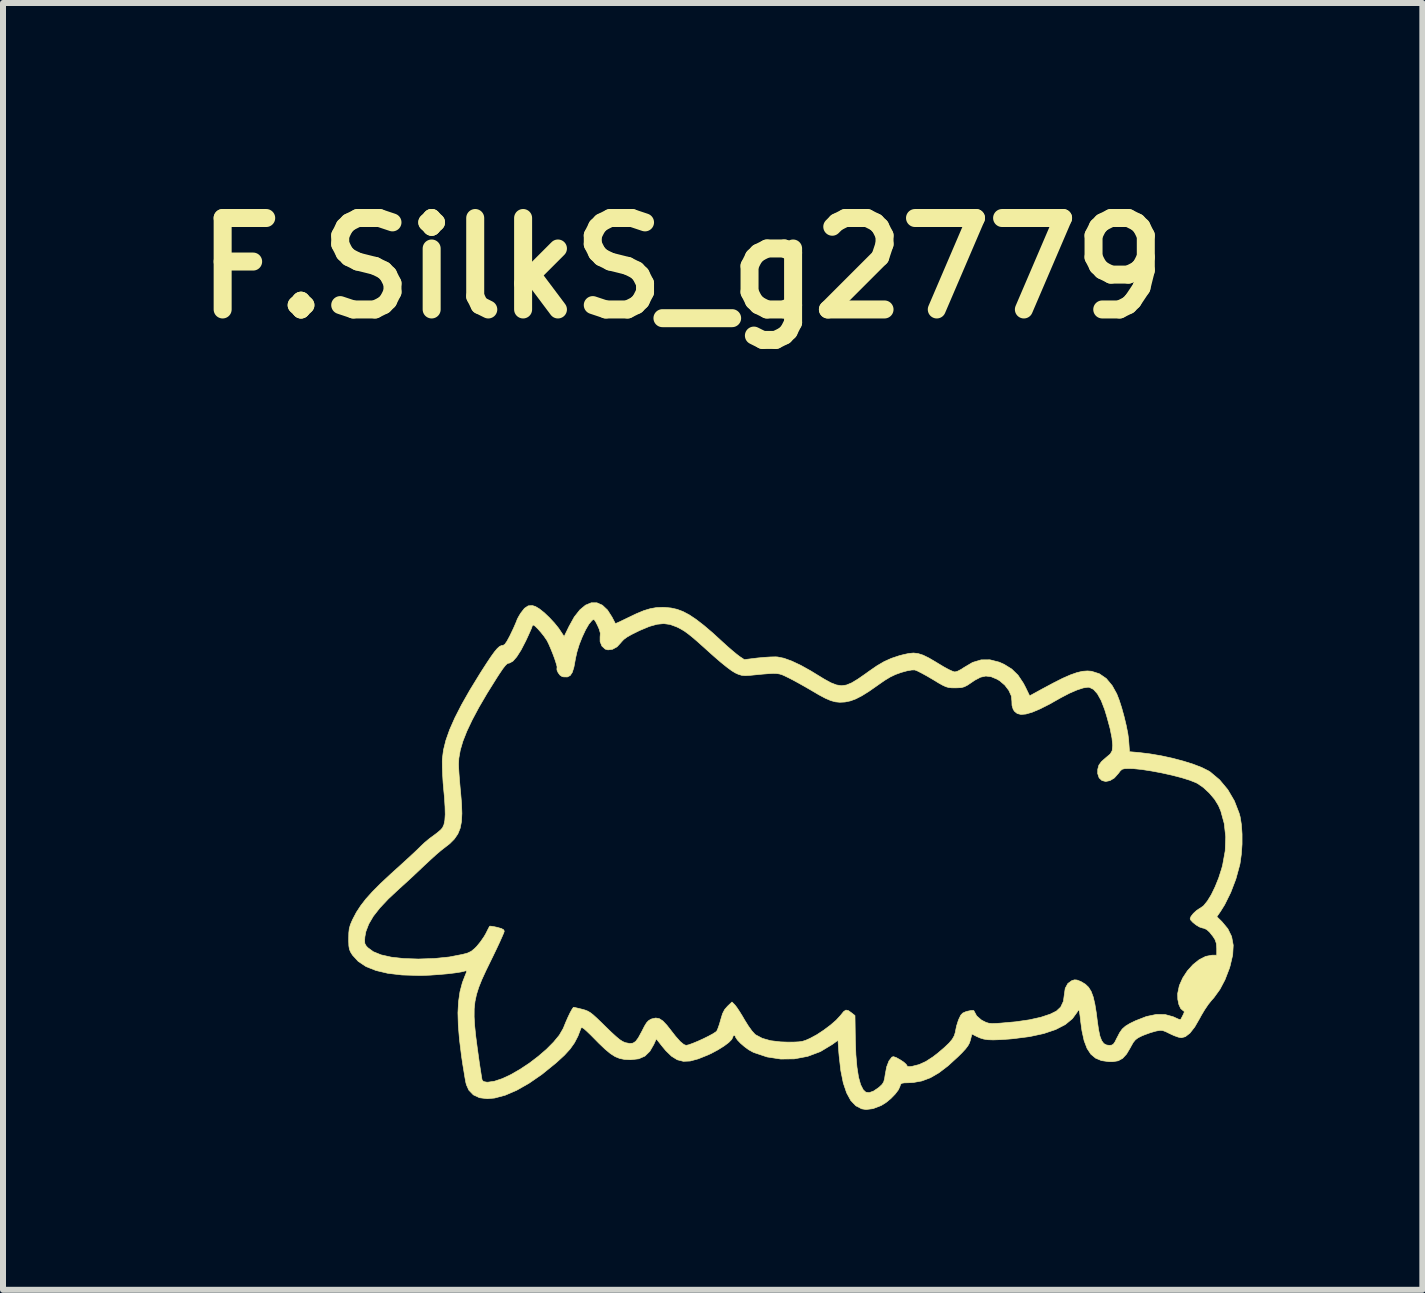
<source format=kicad_pcb>
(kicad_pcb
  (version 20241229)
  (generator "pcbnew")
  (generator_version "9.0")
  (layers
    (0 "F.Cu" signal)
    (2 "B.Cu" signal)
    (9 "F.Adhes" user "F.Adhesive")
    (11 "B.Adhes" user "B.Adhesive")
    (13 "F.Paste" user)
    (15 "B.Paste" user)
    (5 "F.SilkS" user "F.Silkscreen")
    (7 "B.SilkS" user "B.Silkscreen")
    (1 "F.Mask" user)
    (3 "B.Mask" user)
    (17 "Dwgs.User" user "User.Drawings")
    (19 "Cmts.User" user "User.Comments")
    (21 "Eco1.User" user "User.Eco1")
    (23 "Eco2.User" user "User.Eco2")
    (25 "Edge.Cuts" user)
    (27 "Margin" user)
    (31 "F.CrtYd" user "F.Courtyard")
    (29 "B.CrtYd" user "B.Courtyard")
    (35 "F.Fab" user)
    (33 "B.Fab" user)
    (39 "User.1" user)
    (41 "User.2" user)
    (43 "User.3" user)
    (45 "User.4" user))
  (footprint "F.SilkS_g2779"
    (layer "F.Cu")
    (at 8.317 1.418)
    (property "Reference" "F.SilkS_g2779" (at 0 0 0) (layer "F.SilkS") (effects (font (size 1.524 1.524) (thickness 0.3))))
    (attr through_hole)
    (fp_poly (pts (xy -1.419 5.578) (xy -1.328 5.618) (xy -1.243 5.698) (xy -1.165 5.82) (xy -1.161 5.829) (xy -1.133 5.882) (xy -1.115 5.917) (xy -1.111 5.923) (xy -1.091 5.917) (xy -1.041 5.895) (xy -0.971 5.861) (xy -0.915 5.834) (xy -0.763 5.761) (xy -0.638 5.709) (xy -0.529 5.676) (xy -0.427 5.658) (xy -0.324 5.654) (xy -0.285 5.655) (xy -0.182 5.665) (xy -0.083 5.687) (xy 0.016 5.724) (xy 0.12 5.779) (xy 0.234 5.855) (xy 0.362 5.954) (xy 0.509 6.079) (xy 0.677 6.233) (xy 0.761 6.309) (xy 0.842 6.379) (xy 0.911 6.436) (xy 0.958 6.472) (xy 0.958 6.472) (xy 1.038 6.525) (xy 1.257 6.498) (xy 1.365 6.488) (xy 1.47 6.481) (xy 1.559 6.479) (xy 1.593 6.481) (xy 1.697 6.502) (xy 1.827 6.549) (xy 1.978 6.62) (xy 2.145 6.713) (xy 2.233 6.767) (xy 2.369 6.85) (xy 2.48 6.911) (xy 2.573 6.947) (xy 2.656 6.96) (xy 2.738 6.949) (xy 2.826 6.913) (xy 2.929 6.851) (xy 3.053 6.765) (xy 3.111 6.723) (xy 3.247 6.629) (xy 3.368 6.558) (xy 3.488 6.504) (xy 3.62 6.46) (xy 3.682 6.444) (xy 3.776 6.423) (xy 3.857 6.415) (xy 3.934 6.424) (xy 4.016 6.45) (xy 4.112 6.497) (xy 4.23 6.566) (xy 4.274 6.593) (xy 4.364 6.647) (xy 4.445 6.691) (xy 4.509 6.72) (xy 4.546 6.731) (xy 4.591 6.719) (xy 4.653 6.687) (xy 4.7 6.656) (xy 4.842 6.572) (xy 4.985 6.529) (xy 5.131 6.528) (xy 5.285 6.567) (xy 5.368 6.604) (xy 5.494 6.682) (xy 5.599 6.784) (xy 5.689 6.919) (xy 5.725 6.988) (xy 5.793 7.129) (xy 6.003 7.014) (xy 6.188 6.915) (xy 6.342 6.837) (xy 6.472 6.78) (xy 6.58 6.742) (xy 6.673 6.72) (xy 6.755 6.714) (xy 6.824 6.719) (xy 6.955 6.761) (xy 7.07 6.84) (xy 7.169 6.959) (xy 7.245 7.096) (xy 7.285 7.199) (xy 7.327 7.329) (xy 7.367 7.474) (xy 7.402 7.62) (xy 7.429 7.755) (xy 7.444 7.865) (xy 7.444 7.877) (xy 7.457 8.06) (xy 7.618 8.074) (xy 7.798 8.096) (xy 7.986 8.128) (xy 8.175 8.169) (xy 8.356 8.217) (xy 8.521 8.269) (xy 8.663 8.324) (xy 8.773 8.379) (xy 8.802 8.397) (xy 8.959 8.529) (xy 9.095 8.692) (xy 9.205 8.88) (xy 9.284 9.084) (xy 9.301 9.145) (xy 9.322 9.275) (xy 9.333 9.432) (xy 9.333 9.601) (xy 9.321 9.768) (xy 9.3 9.92) (xy 9.294 9.948) (xy 9.23 10.182) (xy 9.144 10.407) (xy 9.043 10.611) (xy 8.973 10.723) (xy 8.913 10.81) (xy 8.997 10.892) (xy 9.096 11.011) (xy 9.159 11.14) (xy 9.186 11.285) (xy 9.177 11.447) (xy 9.134 11.63) (xy 9.122 11.67) (xy 9.048 11.862) (xy 8.964 12.021) (xy 8.865 12.158) (xy 8.825 12.203) (xy 8.771 12.27) (xy 8.71 12.36) (xy 8.651 12.459) (xy 8.627 12.504) (xy 8.544 12.648) (xy 8.464 12.75) (xy 8.388 12.809) (xy 8.321 12.827) (xy 8.271 12.817) (xy 8.201 12.792) (xy 8.131 12.76) (xy 8.06 12.725) (xy 8.01 12.707) (xy 7.967 12.704) (xy 7.913 12.713) (xy 7.891 12.718) (xy 7.807 12.742) (xy 7.713 12.776) (xy 7.664 12.796) (xy 7.6 12.828) (xy 7.556 12.861) (xy 7.519 12.906) (xy 7.479 12.977) (xy 7.472 12.991) (xy 7.408 13.099) (xy 7.343 13.17) (xy 7.269 13.211) (xy 7.178 13.226) (xy 7.11 13.225) (xy 6.99 13.208) (xy 6.892 13.167) (xy 6.813 13.101) (xy 6.75 13.005) (xy 6.701 12.876) (xy 6.665 12.712) (xy 6.644 12.559) (xy 6.633 12.461) (xy 6.624 12.399) (xy 6.616 12.369) (xy 6.607 12.365) (xy 6.595 12.381) (xy 6.588 12.396) (xy 6.506 12.509) (xy 6.386 12.608) (xy 6.227 12.69) (xy 6.028 12.757) (xy 5.792 12.808) (xy 5.517 12.843) (xy 5.45 12.849) (xy 5.302 12.859) (xy 5.187 12.863) (xy 5.098 12.86) (xy 5.027 12.849) (xy 4.965 12.83) (xy 4.909 12.805) (xy 4.831 12.765) (xy 4.806 12.865) (xy 4.79 12.914) (xy 4.765 12.96) (xy 4.725 13.013) (xy 4.664 13.079) (xy 4.597 13.145) (xy 4.433 13.295) (xy 4.281 13.411) (xy 4.138 13.494) (xy 3.997 13.547) (xy 3.853 13.573) (xy 3.775 13.577) (xy 3.703 13.579) (xy 3.662 13.586) (xy 3.643 13.602) (xy 3.633 13.632) (xy 3.632 13.637) (xy 3.605 13.696) (xy 3.551 13.767) (xy 3.48 13.84) (xy 3.4 13.906) (xy 3.32 13.956) (xy 3.315 13.958) (xy 3.182 14.009) (xy 3.067 14.023) (xy 2.994 14.012) (xy 2.896 13.961) (xy 2.812 13.873) (xy 2.743 13.746) (xy 2.687 13.58) (xy 2.646 13.376) (xy 2.618 13.131) (xy 2.613 13.075) (xy 2.599 12.869) (xy 2.501 12.94) (xy 2.305 13.058) (xy 2.094 13.137) (xy 1.872 13.179) (xy 1.645 13.182) (xy 1.417 13.147) (xy 1.193 13.072) (xy 1.179 13.065) (xy 1.112 13.028) (xy 1.041 12.976) (xy 0.975 12.919) (xy 0.922 12.863) (xy 0.892 12.818) (xy 0.889 12.803) (xy 0.873 12.785) (xy 0.868 12.785) (xy 0.849 12.802) (xy 0.847 12.815) (xy 0.828 12.855) (xy 0.777 12.907) (xy 0.698 12.966) (xy 0.599 13.028) (xy 0.485 13.089) (xy 0.428 13.115) (xy 0.269 13.179) (xy 0.136 13.215) (xy 0.022 13.22) (xy -0.08 13.194) (xy -0.175 13.135) (xy -0.27 13.043) (xy -0.329 12.972) (xy -0.429 12.845) (xy -0.47 12.937) (xy -0.537 13.053) (xy -0.619 13.133) (xy -0.722 13.178) (xy -0.852 13.193) (xy -0.868 13.193) (xy -0.96 13.188) (xy -1.04 13.172) (xy -1.116 13.141) (xy -1.194 13.091) (xy -1.282 13.018) (xy -1.387 12.918) (xy -1.437 12.867) (xy -1.526 12.777) (xy -1.591 12.715) (xy -1.635 12.676) (xy -1.663 12.659) (xy -1.678 12.66) (xy -1.685 12.67) (xy -1.735 12.8) (xy -1.793 12.912) (xy -1.866 13.015) (xy -1.96 13.118) (xy -2.083 13.231) (xy -2.107 13.252) (xy -2.334 13.436) (xy -2.551 13.586) (xy -2.757 13.703) (xy -2.948 13.785) (xy -3.124 13.832) (xy -3.245 13.843) (xy -3.375 13.827) (xy -3.478 13.779) (xy -3.554 13.7) (xy -3.594 13.61) (xy -3.605 13.566) (xy -3.619 13.488) (xy -3.636 13.384) (xy -3.656 13.263) (xy -3.675 13.134) (xy -3.709 12.86) (xy -3.729 12.62) (xy -3.735 12.411) (xy -3.725 12.226) (xy -3.701 12.06) (xy -3.661 11.909) (xy -3.619 11.8) (xy -3.596 11.743) (xy -3.59 11.716) (xy -3.6 11.71) (xy -3.615 11.714) (xy -3.686 11.731) (xy -3.79 11.747) (xy -3.917 11.762) (xy -4.057 11.774) (xy -4.2 11.784) (xy -4.336 11.789) (xy -4.395 11.789) (xy -4.667 11.781) (xy -4.903 11.753) (xy -5.102 11.706) (xy -5.266 11.641) (xy -5.396 11.555) (xy -5.493 11.449) (xy -5.496 11.444) (xy -5.526 11.396) (xy -5.544 11.351) (xy -5.553 11.296) (xy -5.556 11.217) (xy -5.556 11.216) (xy -5.291 11.216) (xy -5.285 11.261) (xy -5.263 11.298) (xy -5.238 11.325) (xy -5.146 11.393) (xy -5.015 11.446) (xy -4.845 11.484) (xy -4.638 11.507) (xy -4.395 11.515) (xy -4.124 11.506) (xy -3.879 11.481) (xy -3.658 11.438) (xy -3.573 11.415) (xy -3.513 11.386) (xy -3.459 11.342) (xy -3.421 11.304) (xy -3.359 11.228) (xy -3.299 11.141) (xy -3.269 11.089) (xy -3.238 11.027) (xy -3.215 10.983) (xy -3.206 10.968) (xy -3.184 10.968) (xy -3.132 10.976) (xy -3.081 10.987) (xy -3.01 11.007) (xy -2.973 11.028) (xy -2.963 11.051) (xy -2.972 11.08) (xy -2.998 11.14) (xy -3.037 11.228) (xy -3.087 11.335) (xy -3.146 11.458) (xy -3.186 11.54) (xy -3.269 11.71) (xy -3.336 11.856) (xy -3.388 11.986) (xy -3.426 12.106) (xy -3.451 12.224) (xy -3.464 12.345) (xy -3.465 12.478) (xy -3.456 12.628) (xy -3.438 12.803) (xy -3.411 13.009) (xy -3.395 13.123) (xy -3.378 13.246) (xy -3.361 13.356) (xy -3.347 13.445) (xy -3.337 13.507) (xy -3.332 13.531) (xy -3.309 13.557) (xy -3.257 13.567) (xy -3.238 13.568) (xy -3.127 13.552) (xy -2.995 13.508) (xy -2.85 13.44) (xy -2.698 13.352) (xy -2.544 13.25) (xy -2.396 13.137) (xy -2.259 13.019) (xy -2.141 12.9) (xy -2.046 12.785) (xy -1.983 12.677) (xy -1.972 12.652) (xy -1.938 12.568) (xy -1.901 12.484) (xy -1.865 12.409) (xy -1.833 12.352) (xy -1.812 12.322) (xy -1.807 12.319) (xy -1.782 12.324) (xy -1.727 12.337) (xy -1.665 12.352) (xy -1.615 12.366) (xy -1.573 12.383) (xy -1.531 12.407) (xy -1.483 12.444) (xy -1.423 12.498) (xy -1.344 12.574) (xy -1.281 12.636) (xy -1.179 12.735) (xy -1.1 12.807) (xy -1.04 12.857) (xy -0.991 12.889) (xy -0.95 12.907) (xy -0.939 12.91) (xy -0.871 12.923) (xy -0.818 12.917) (xy -0.773 12.888) (xy -0.729 12.829) (xy -0.679 12.737) (xy -0.67 12.721) (xy -0.626 12.634) (xy -0.591 12.577) (xy -0.558 12.542) (xy -0.522 12.52) (xy -0.505 12.513) (xy -0.439 12.498) (xy -0.38 12.508) (xy -0.32 12.547) (xy -0.253 12.618) (xy -0.205 12.679) (xy -0.108 12.803) (xy -0.03 12.891) (xy 0.03 12.94) (xy 0.067 12.954) (xy 0.11 12.945) (xy 0.179 12.92) (xy 0.264 12.885) (xy 0.354 12.844) (xy 0.441 12.801) (xy 0.515 12.761) (xy 0.565 12.728) (xy 0.58 12.713) (xy 0.599 12.67) (xy 0.623 12.601) (xy 0.646 12.521) (xy 0.646 12.52) (xy 0.675 12.425) (xy 0.71 12.357) (xy 0.758 12.302) (xy 0.832 12.231) (xy 0.88 12.28) (xy 0.911 12.319) (xy 0.955 12.385) (xy 1.006 12.467) (xy 1.043 12.531) (xy 1.106 12.632) (xy 1.165 12.714) (xy 1.214 12.768) (xy 1.226 12.778) (xy 1.338 12.837) (xy 1.475 12.876) (xy 1.643 12.896) (xy 1.767 12.9) (xy 1.873 12.899) (xy 1.949 12.895) (xy 2.008 12.886) (xy 2.062 12.869) (xy 2.123 12.842) (xy 2.138 12.835) (xy 2.247 12.776) (xy 2.362 12.7) (xy 2.473 12.617) (xy 2.569 12.534) (xy 2.638 12.459) (xy 2.647 12.448) (xy 2.694 12.39) (xy 2.732 12.366) (xy 2.773 12.375) (xy 2.822 12.41) (xy 2.882 12.457) (xy 2.888 12.859) (xy 2.897 13.108) (xy 2.915 13.316) (xy 2.941 13.483) (xy 2.976 13.609) (xy 3.02 13.695) (xy 3.062 13.734) (xy 3.119 13.742) (xy 3.192 13.716) (xy 3.277 13.658) (xy 3.291 13.646) (xy 3.335 13.604) (xy 3.361 13.562) (xy 3.376 13.506) (xy 3.386 13.439) (xy 3.41 13.313) (xy 3.448 13.214) (xy 3.496 13.151) (xy 3.496 13.15) (xy 3.523 13.142) (xy 3.567 13.156) (xy 3.635 13.194) (xy 3.694 13.233) (xy 3.734 13.269) (xy 3.747 13.289) (xy 3.757 13.306) (xy 3.795 13.308) (xy 3.836 13.303) (xy 3.951 13.274) (xy 4.063 13.223) (xy 4.183 13.145) (xy 4.262 13.084) (xy 4.371 12.991) (xy 4.45 12.916) (xy 4.503 12.853) (xy 4.537 12.793) (xy 4.555 12.733) (xy 4.558 12.713) (xy 4.575 12.631) (xy 4.603 12.542) (xy 4.615 12.513) (xy 4.645 12.451) (xy 4.678 12.416) (xy 4.727 12.394) (xy 4.758 12.385) (xy 4.816 12.373) (xy 4.855 12.372) (xy 4.863 12.376) (xy 4.91 12.463) (xy 4.987 12.53) (xy 5.016 12.546) (xy 5.066 12.571) (xy 5.112 12.585) (xy 5.166 12.59) (xy 5.241 12.588) (xy 5.302 12.584) (xy 5.562 12.561) (xy 5.789 12.528) (xy 5.982 12.485) (xy 6.138 12.433) (xy 6.24 12.382) (xy 6.311 12.315) (xy 6.356 12.219) (xy 6.371 12.107) (xy 6.386 12.003) (xy 6.43 11.923) (xy 6.496 11.875) (xy 6.541 11.862) (xy 6.582 11.865) (xy 6.639 11.887) (xy 6.656 11.895) (xy 6.722 11.935) (xy 6.775 11.986) (xy 6.818 12.055) (xy 6.852 12.146) (xy 6.88 12.266) (xy 6.905 12.419) (xy 6.92 12.541) (xy 6.941 12.689) (xy 6.964 12.799) (xy 6.993 12.875) (xy 7.029 12.924) (xy 7.075 12.948) (xy 7.122 12.954) (xy 7.16 12.95) (xy 7.188 12.934) (xy 7.215 12.896) (xy 7.249 12.827) (xy 7.25 12.827) (xy 7.293 12.743) (xy 7.336 12.682) (xy 7.39 12.634) (xy 7.464 12.589) (xy 7.557 12.544) (xy 7.739 12.473) (xy 7.902 12.439) (xy 8.05 12.44) (xy 8.185 12.477) (xy 8.22 12.493) (xy 8.271 12.516) (xy 8.303 12.527) (xy 8.307 12.527) (xy 8.32 12.505) (xy 8.343 12.461) (xy 8.347 12.453) (xy 8.368 12.408) (xy 8.367 12.385) (xy 8.349 12.374) (xy 8.31 12.339) (xy 8.28 12.273) (xy 8.262 12.187) (xy 8.26 12.093) (xy 8.261 12.085) (xy 8.288 11.957) (xy 8.344 11.831) (xy 8.422 11.712) (xy 8.516 11.608) (xy 8.619 11.526) (xy 8.727 11.471) (xy 8.832 11.451) (xy 8.911 11.451) (xy 8.911 11.338) (xy 8.905 11.256) (xy 8.883 11.192) (xy 8.851 11.142) (xy 8.792 11.067) (xy 8.743 11.023) (xy 8.695 11.002) (xy 8.67 10.997) (xy 8.623 10.981) (xy 8.567 10.947) (xy 8.514 10.905) (xy 8.477 10.865) (xy 8.468 10.844) (xy 8.482 10.806) (xy 8.521 10.756) (xy 8.573 10.708) (xy 8.626 10.672) (xy 8.635 10.668) (xy 8.693 10.626) (xy 8.756 10.548) (xy 8.821 10.442) (xy 8.884 10.312) (xy 8.943 10.166) (xy 8.993 10.01) (xy 9.009 9.951) (xy 9.052 9.714) (xy 9.061 9.48) (xy 9.036 9.256) (xy 8.979 9.049) (xy 8.94 8.957) (xy 8.876 8.853) (xy 8.788 8.749) (xy 8.689 8.657) (xy 8.59 8.589) (xy 8.567 8.577) (xy 8.461 8.535) (xy 8.323 8.492) (xy 8.164 8.451) (xy 7.993 8.413) (xy 7.822 8.381) (xy 7.661 8.356) (xy 7.521 8.342) (xy 7.448 8.34) (xy 7.379 8.342) (xy 7.336 8.352) (xy 7.305 8.378) (xy 7.274 8.419) (xy 7.205 8.497) (xy 7.131 8.542) (xy 7.06 8.556) (xy 6.998 8.54) (xy 6.951 8.496) (xy 6.927 8.425) (xy 6.928 8.353) (xy 6.947 8.284) (xy 6.988 8.227) (xy 7.021 8.197) (xy 7.076 8.149) (xy 7.124 8.109) (xy 7.138 8.096) (xy 7.168 8.044) (xy 7.177 7.955) (xy 7.165 7.831) (xy 7.133 7.671) (xy 7.08 7.477) (xy 7.043 7.356) (xy 6.986 7.208) (xy 6.923 7.095) (xy 6.857 7.021) (xy 6.788 6.987) (xy 6.765 6.985) (xy 6.686 6.997) (xy 6.582 7.031) (xy 6.459 7.084) (xy 6.328 7.152) (xy 6.306 7.164) (xy 6.12 7.269) (xy 5.963 7.348) (xy 5.835 7.402) (xy 5.731 7.432) (xy 5.649 7.439) (xy 5.587 7.424) (xy 5.54 7.386) (xy 5.518 7.351) (xy 5.499 7.288) (xy 5.497 7.218) (xy 5.497 7.218) (xy 5.488 7.131) (xy 5.446 7.038) (xy 5.379 6.95) (xy 5.293 6.877) (xy 5.249 6.851) (xy 5.151 6.81) (xy 5.063 6.799) (xy 4.975 6.818) (xy 4.876 6.87) (xy 4.828 6.903) (xy 4.757 6.951) (xy 4.704 6.978) (xy 4.652 6.992) (xy 4.586 6.995) (xy 4.552 6.996) (xy 4.492 6.995) (xy 4.444 6.99) (xy 4.398 6.977) (xy 4.345 6.953) (xy 4.275 6.914) (xy 4.18 6.856) (xy 4.173 6.852) (xy 4.079 6.797) (xy 3.993 6.75) (xy 3.924 6.715) (xy 3.881 6.698) (xy 3.879 6.697) (xy 3.828 6.698) (xy 3.749 6.712) (xy 3.655 6.738) (xy 3.649 6.74) (xy 3.557 6.773) (xy 3.469 6.815) (xy 3.375 6.872) (xy 3.262 6.951) (xy 3.258 6.954) (xy 3.115 7.054) (xy 2.996 7.128) (xy 2.895 7.18) (xy 2.805 7.213) (xy 2.719 7.231) (xy 2.707 7.232) (xy 2.629 7.236) (xy 2.556 7.229) (xy 2.479 7.208) (xy 2.39 7.17) (xy 2.283 7.113) (xy 2.169 7.046) (xy 2.059 6.982) (xy 1.947 6.919) (xy 1.844 6.863) (xy 1.764 6.822) (xy 1.761 6.821) (xy 1.708 6.795) (xy 1.664 6.776) (xy 1.623 6.764) (xy 1.577 6.757) (xy 1.519 6.755) (xy 1.444 6.759) (xy 1.342 6.767) (xy 1.209 6.78) (xy 1.138 6.787) (xy 1.055 6.792) (xy 0.994 6.787) (xy 0.936 6.769) (xy 0.884 6.745) (xy 0.827 6.71) (xy 0.746 6.65) (xy 0.648 6.571) (xy 0.54 6.478) (xy 0.486 6.43) (xy 0.356 6.313) (xy 0.252 6.22) (xy 0.169 6.149) (xy 0.1 6.094) (xy 0.042 6.052) (xy -0.011 6.02) (xy -0.063 5.992) (xy -0.096 5.977) (xy -0.2 5.939) (xy -0.305 5.925) (xy -0.417 5.936) (xy -0.545 5.972) (xy -0.696 6.035) (xy -0.732 6.052) (xy -0.841 6.106) (xy -0.918 6.15) (xy -0.971 6.189) (xy -1.009 6.229) (xy -1.02 6.243) (xy -1.084 6.312) (xy -1.159 6.353) (xy -1.234 6.363) (xy -1.281 6.35) (xy -1.336 6.299) (xy -1.366 6.224) (xy -1.366 6.141) (xy -1.365 6.139) (xy -1.362 6.084) (xy -1.38 6.019) (xy -1.408 5.956) (xy -1.44 5.893) (xy -1.462 5.862) (xy -1.48 5.857) (xy -1.502 5.873) (xy -1.503 5.874) (xy -1.554 5.936) (xy -1.609 6.031) (xy -1.663 6.146) (xy -1.713 6.272) (xy -1.752 6.399) (xy -1.778 6.516) (xy -1.779 6.525) (xy -1.802 6.65) (xy -1.829 6.737) (xy -1.864 6.79) (xy -1.911 6.814) (xy -1.972 6.813) (xy -1.998 6.808) (xy -2.033 6.785) (xy -2.065 6.743) (xy -2.085 6.698) (xy -2.085 6.665) (xy -2.083 6.662) (xy -2.084 6.637) (xy -2.099 6.584) (xy -2.123 6.51) (xy -2.154 6.427) (xy -2.188 6.343) (xy -2.221 6.267) (xy -2.249 6.21) (xy -2.257 6.198) (xy -2.3 6.135) (xy -2.352 6.07) (xy -2.404 6.011) (xy -2.449 5.967) (xy -2.477 5.948) (xy -2.479 5.948) (xy -2.497 5.964) (xy -2.498 5.968) (xy -2.506 5.995) (xy -2.53 6.05) (xy -2.565 6.128) (xy -2.604 6.212) (xy -2.683 6.365) (xy -2.755 6.478) (xy -2.818 6.55) (xy -2.874 6.582) (xy -2.886 6.583) (xy -2.912 6.592) (xy -2.944 6.622) (xy -2.988 6.678) (xy -3.046 6.764) (xy -3.083 6.821) (xy -3.248 7.085) (xy -3.386 7.321) (xy -3.498 7.531) (xy -3.586 7.717) (xy -3.652 7.884) (xy -3.696 8.033) (xy -3.72 8.169) (xy -3.725 8.265) (xy -3.723 8.332) (xy -3.717 8.43) (xy -3.708 8.547) (xy -3.697 8.673) (xy -3.692 8.721) (xy -3.675 8.922) (xy -3.669 9.087) (xy -3.676 9.224) (xy -3.698 9.336) (xy -3.737 9.431) (xy -3.794 9.514) (xy -3.871 9.592) (xy -3.969 9.668) (xy -4.024 9.711) (xy -4.1 9.776) (xy -4.187 9.855) (xy -4.277 9.939) (xy -4.297 9.957) (xy -4.399 10.054) (xy -4.512 10.16) (xy -4.622 10.261) (xy -4.715 10.345) (xy -4.894 10.512) (xy -5.037 10.664) (xy -5.146 10.803) (xy -5.222 10.933) (xy -5.269 11.056) (xy -5.286 11.146) (xy -5.291 11.216) (xy -5.556 11.216) (xy -5.556 11.176) (xy -5.554 11.079) (xy -5.546 11.007) (xy -5.527 10.941) (xy -5.494 10.864) (xy -5.486 10.848) (xy -5.428 10.737) (xy -5.356 10.627) (xy -5.269 10.514) (xy -5.16 10.393) (xy -5.026 10.258) (xy -4.863 10.106) (xy -4.806 10.054) (xy -4.695 9.954) (xy -4.59 9.858) (xy -4.496 9.771) (xy -4.419 9.699) (xy -4.366 9.647) (xy -4.35 9.631) (xy -4.285 9.57) (xy -4.204 9.503) (xy -4.143 9.459) (xy -4.077 9.409) (xy -4.022 9.362) (xy -3.992 9.328) (xy -3.968 9.275) (xy -3.953 9.202) (xy -3.947 9.105) (xy -3.95 8.979) (xy -3.96 8.819) (xy -3.97 8.715) (xy -3.982 8.58) (xy -3.99 8.445) (xy -3.995 8.322) (xy -3.996 8.223) (xy -3.995 8.181) (xy -3.976 8.032) (xy -3.936 7.87) (xy -3.873 7.692) (xy -3.786 7.495) (xy -3.674 7.276) (xy -3.536 7.033) (xy -3.37 6.762) (xy -3.346 6.724) (xy -3.256 6.584) (xy -3.184 6.476) (xy -3.127 6.397) (xy -3.081 6.342) (xy -3.044 6.308) (xy -3.011 6.291) (xy -2.981 6.287) (xy -2.954 6.27) (xy -2.918 6.219) (xy -2.871 6.132) (xy -2.848 6.084) (xy -2.808 6) (xy -2.777 5.929) (xy -2.757 5.882) (xy -2.752 5.866) (xy -2.741 5.841) (xy -2.714 5.792) (xy -2.688 5.75) (xy -2.626 5.67) (xy -2.564 5.629) (xy -2.495 5.624) (xy -2.443 5.64) (xy -2.378 5.679) (xy -2.297 5.743) (xy -2.211 5.825) (xy -2.128 5.914) (xy -2.057 6.002) (xy -2.041 6.026) (xy -1.965 6.14) (xy -1.883 5.971) (xy -1.796 5.814) (xy -1.703 5.696) (xy -1.608 5.617) (xy -1.513 5.578) (xy -1.419 5.578)) (stroke (width 0.01) (type solid)) (fill yes) (layer "F.SilkS")))
  (gr_rect
    (start -3 -3)
    (end 20.655 18.446)
    (stroke (width 0.1) (type default))
    (fill no)
    (layer "Edge.Cuts")))
</source>
